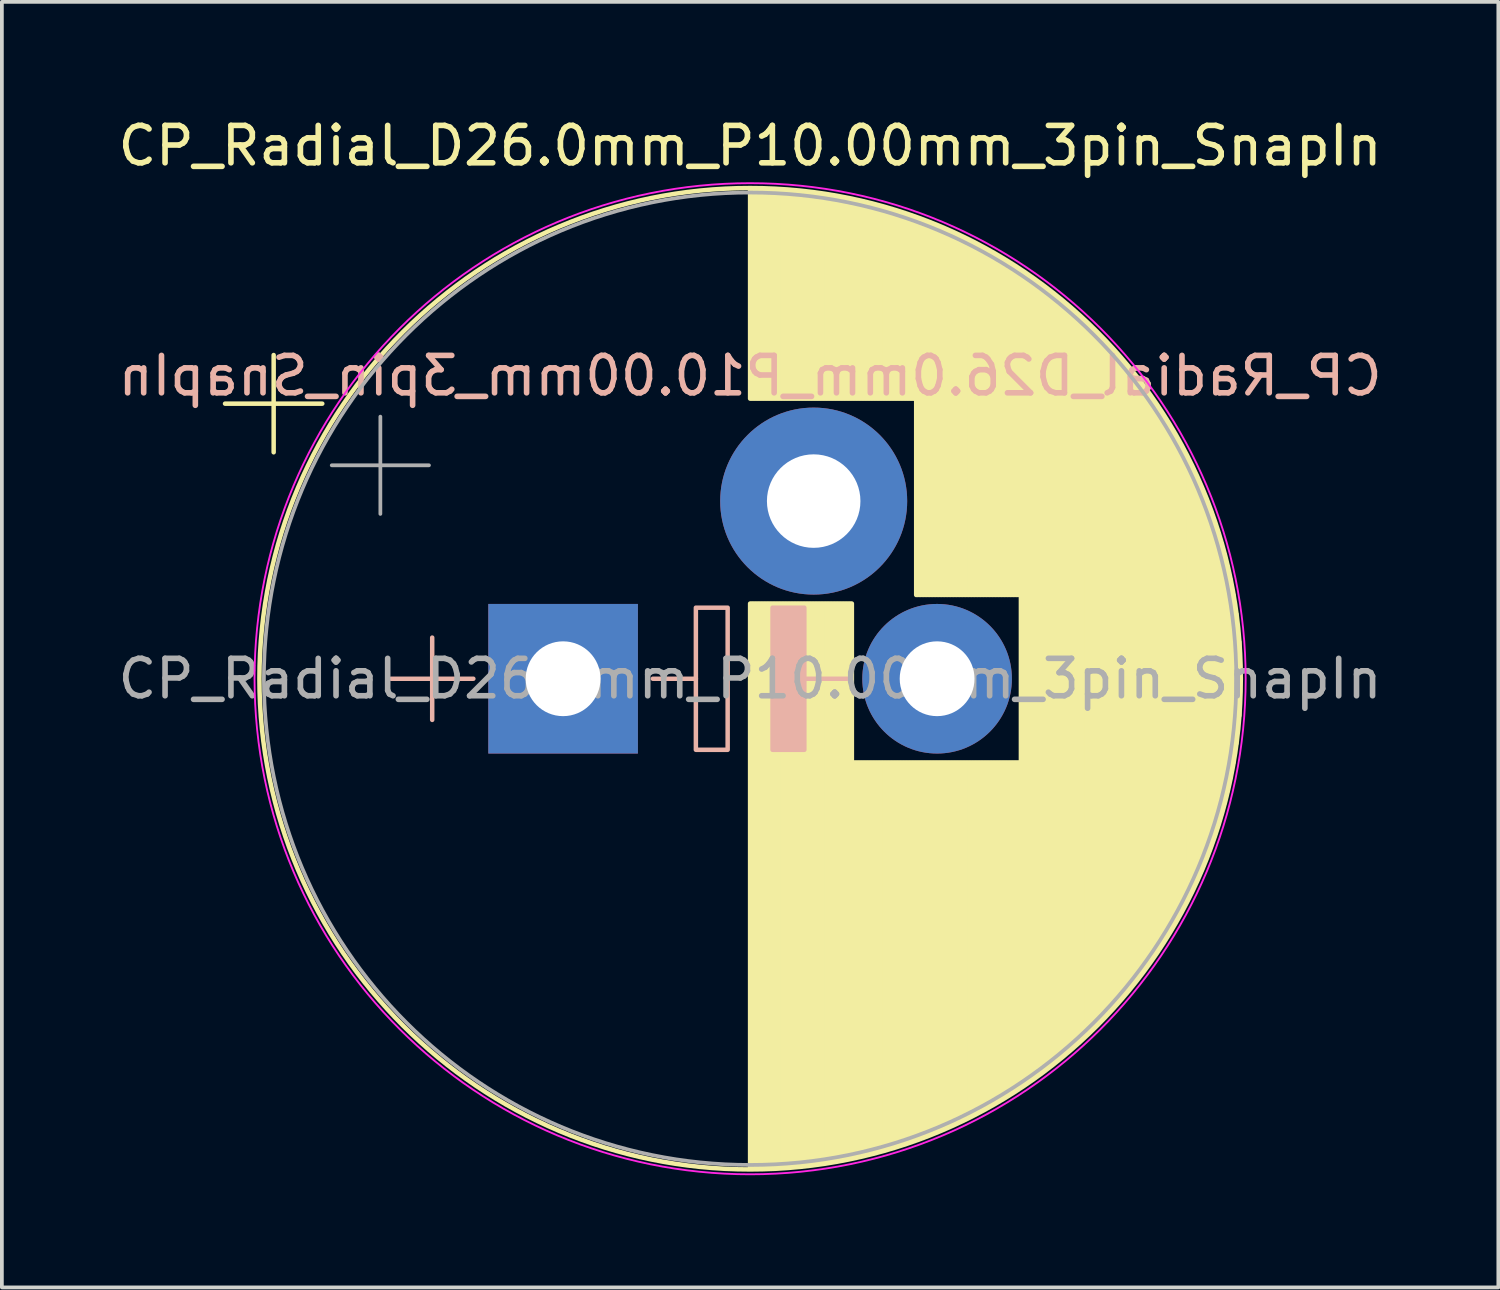
<source format=kicad_pcb>
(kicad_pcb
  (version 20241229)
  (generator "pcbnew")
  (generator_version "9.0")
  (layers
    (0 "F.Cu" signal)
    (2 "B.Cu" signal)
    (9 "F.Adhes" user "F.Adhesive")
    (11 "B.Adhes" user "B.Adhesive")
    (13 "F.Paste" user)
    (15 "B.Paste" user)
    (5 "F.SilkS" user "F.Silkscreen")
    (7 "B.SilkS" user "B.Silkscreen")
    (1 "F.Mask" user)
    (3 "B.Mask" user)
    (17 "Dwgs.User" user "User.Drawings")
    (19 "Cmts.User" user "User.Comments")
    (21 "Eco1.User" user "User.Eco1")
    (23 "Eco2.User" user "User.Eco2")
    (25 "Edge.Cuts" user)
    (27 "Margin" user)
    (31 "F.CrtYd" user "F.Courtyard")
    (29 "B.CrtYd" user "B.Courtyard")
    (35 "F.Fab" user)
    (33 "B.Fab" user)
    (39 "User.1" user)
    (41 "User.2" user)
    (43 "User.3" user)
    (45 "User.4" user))
  (footprint "CP_Radial_D26.0mm_P10.00mm_3pin_SnapIn"
    (layer "F.Cu")
    (at 12.006 15.098)
    (property "Reference" "CP_Radial_D26.0mm_P10.00mm_3pin_SnapIn" (at 5 -14.25 0) (layer "F.SilkS") (effects (font (size 1 1) (thickness 0.15))))
    (fp_line (start -9.039 -7.355) (end -6.439 -7.355) (stroke (width 0.12) (type solid)) (layer "F.SilkS"))
    (fp_line (start -7.739 -8.655) (end -7.739 -6.055) (stroke (width 0.12) (type solid)) (layer "F.SilkS"))
    (fp_line (start 5 -13.081) (end 5 -7.49) (stroke (width 0.12) (type solid)) (layer "F.SilkS"))
    (fp_line (start 5 -2.01) (end 5 13.081) (stroke (width 0.12) (type solid)) (layer "F.SilkS"))
    (fp_line (start 5.04 -13.08) (end 5.04 -7.49) (stroke (width 0.12) (type solid)) (layer "F.SilkS"))
    (fp_line (start 5.04 -2.01) (end 5.04 13.08) (stroke (width 0.12) (type solid)) (layer "F.SilkS"))
    (fp_line (start 5.08 -13.08) (end 5.08 -7.49) (stroke (width 0.12) (type solid)) (layer "F.SilkS"))
    (fp_line (start 5.08 -2.01) (end 5.08 13.08) (stroke (width 0.12) (type solid)) (layer "F.SilkS"))
    (fp_line (start 5.12 -13.08) (end 5.12 -7.49) (stroke (width 0.12) (type solid)) (layer "F.SilkS"))
    (fp_line (start 5.12 -2.01) (end 5.12 13.08) (stroke (width 0.12) (type solid)) (layer "F.SilkS"))
    (fp_line (start 5.16 -13.08) (end 5.16 -7.49) (stroke (width 0.12) (type solid)) (layer "F.SilkS"))
    (fp_line (start 5.16 -2.01) (end 5.16 13.08) (stroke (width 0.12) (type solid)) (layer "F.SilkS"))
    (fp_line (start 5.2 -13.079) (end 5.2 -7.49) (stroke (width 0.12) (type solid)) (layer "F.SilkS"))
    (fp_line (start 5.2 -2.01) (end 5.2 13.079) (stroke (width 0.12) (type solid)) (layer "F.SilkS"))
    (fp_line (start 5.24 -13.078) (end 5.24 -7.49) (stroke (width 0.12) (type solid)) (layer "F.SilkS"))
    (fp_line (start 5.24 -2.01) (end 5.24 13.078) (stroke (width 0.12) (type solid)) (layer "F.SilkS"))
    (fp_line (start 5.28 -13.078) (end 5.28 -7.49) (stroke (width 0.12) (type solid)) (layer "F.SilkS"))
    (fp_line (start 5.28 -2.01) (end 5.28 13.078) (stroke (width 0.12) (type solid)) (layer "F.SilkS"))
    (fp_line (start 5.32 -13.077) (end 5.32 -7.49) (stroke (width 0.12) (type solid)) (layer "F.SilkS"))
    (fp_line (start 5.32 -2.01) (end 5.32 13.077) (stroke (width 0.12) (type solid)) (layer "F.SilkS"))
    (fp_line (start 5.36 -13.076) (end 5.36 -7.49) (stroke (width 0.12) (type solid)) (layer "F.SilkS"))
    (fp_line (start 5.36 -2.01) (end 5.36 13.076) (stroke (width 0.12) (type solid)) (layer "F.SilkS"))
    (fp_line (start 5.4 -13.074) (end 5.4 -7.49) (stroke (width 0.12) (type solid)) (layer "F.SilkS"))
    (fp_line (start 5.4 -2.01) (end 5.4 13.074) (stroke (width 0.12) (type solid)) (layer "F.SilkS"))
    (fp_line (start 5.44 -13.073) (end 5.44 -7.49) (stroke (width 0.12) (type solid)) (layer "F.SilkS"))
    (fp_line (start 5.44 -2.01) (end 5.44 13.073) (stroke (width 0.12) (type solid)) (layer "F.SilkS"))
    (fp_line (start 5.48 -13.072) (end 5.48 -7.49) (stroke (width 0.12) (type solid)) (layer "F.SilkS"))
    (fp_line (start 5.48 -2.01) (end 5.48 13.072) (stroke (width 0.12) (type solid)) (layer "F.SilkS"))
    (fp_line (start 5.52 -13.07) (end 5.52 -7.49) (stroke (width 0.12) (type solid)) (layer "F.SilkS"))
    (fp_line (start 5.52 -2.01) (end 5.52 13.07) (stroke (width 0.12) (type solid)) (layer "F.SilkS"))
    (fp_line (start 5.56 -13.069) (end 5.56 -7.49) (stroke (width 0.12) (type solid)) (layer "F.SilkS"))
    (fp_line (start 5.56 -2.01) (end 5.56 13.069) (stroke (width 0.12) (type solid)) (layer "F.SilkS"))
    (fp_line (start 5.6 -13.067) (end 5.6 -7.49) (stroke (width 0.12) (type solid)) (layer "F.SilkS"))
    (fp_line (start 5.6 -2.01) (end 5.6 13.067) (stroke (width 0.12) (type solid)) (layer "F.SilkS"))
    (fp_line (start 5.64 -13.065) (end 5.64 -7.49) (stroke (width 0.12) (type solid)) (layer "F.SilkS"))
    (fp_line (start 5.64 -2.01) (end 5.64 13.065) (stroke (width 0.12) (type solid)) (layer "F.SilkS"))
    (fp_line (start 5.68 -13.063) (end 5.68 -7.49) (stroke (width 0.12) (type solid)) (layer "F.SilkS"))
    (fp_line (start 5.68 -2.01) (end 5.68 13.063) (stroke (width 0.12) (type solid)) (layer "F.SilkS"))
    (fp_line (start 5.721 -13.061) (end 5.721 -7.49) (stroke (width 0.12) (type solid)) (layer "F.SilkS"))
    (fp_line (start 5.721 -2.01) (end 5.721 13.061) (stroke (width 0.12) (type solid)) (layer "F.SilkS"))
    (fp_line (start 5.761 -13.058) (end 5.761 -7.49) (stroke (width 0.12) (type solid)) (layer "F.SilkS"))
    (fp_line (start 5.761 -2.01) (end 5.761 13.058) (stroke (width 0.12) (type solid)) (layer "F.SilkS"))
    (fp_line (start 5.801 -13.056) (end 5.801 -7.49) (stroke (width 0.12) (type solid)) (layer "F.SilkS"))
    (fp_line (start 5.801 -2.01) (end 5.801 13.056) (stroke (width 0.12) (type solid)) (layer "F.SilkS"))
    (fp_line (start 5.841 -13.054) (end 5.841 -7.49) (stroke (width 0.12) (type solid)) (layer "F.SilkS"))
    (fp_line (start 5.841 -2.01) (end 5.841 13.054) (stroke (width 0.12) (type solid)) (layer "F.SilkS"))
    (fp_line (start 5.881 -13.051) (end 5.881 -7.49) (stroke (width 0.12) (type solid)) (layer "F.SilkS"))
    (fp_line (start 5.881 -2.01) (end 5.881 13.051) (stroke (width 0.12) (type solid)) (layer "F.SilkS"))
    (fp_line (start 5.921 -13.048) (end 5.921 -7.49) (stroke (width 0.12) (type solid)) (layer "F.SilkS"))
    (fp_line (start 5.921 -2.01) (end 5.921 13.048) (stroke (width 0.12) (type solid)) (layer "F.SilkS"))
    (fp_line (start 5.961 -13.045) (end 5.961 -7.49) (stroke (width 0.12) (type solid)) (layer "F.SilkS"))
    (fp_line (start 5.961 -2.01) (end 5.961 13.045) (stroke (width 0.12) (type solid)) (layer "F.SilkS"))
    (fp_line (start 6.001 -13.042) (end 6.001 -7.49) (stroke (width 0.12) (type solid)) (layer "F.SilkS"))
    (fp_line (start 6.001 -2.01) (end 6.001 13.042) (stroke (width 0.12) (type solid)) (layer "F.SilkS"))
    (fp_line (start 6.041 -13.039) (end 6.041 -7.49) (stroke (width 0.12) (type solid)) (layer "F.SilkS"))
    (fp_line (start 6.041 -2.01) (end 6.041 13.039) (stroke (width 0.12) (type solid)) (layer "F.SilkS"))
    (fp_line (start 6.081 -13.036) (end 6.081 -7.49) (stroke (width 0.12) (type solid)) (layer "F.SilkS"))
    (fp_line (start 6.081 -2.01) (end 6.081 13.036) (stroke (width 0.12) (type solid)) (layer "F.SilkS"))
    (fp_line (start 6.121 -13.033) (end 6.121 -7.49) (stroke (width 0.12) (type solid)) (layer "F.SilkS"))
    (fp_line (start 6.121 -2.01) (end 6.121 13.033) (stroke (width 0.12) (type solid)) (layer "F.SilkS"))
    (fp_line (start 6.161 -13.029) (end 6.161 -7.49) (stroke (width 0.12) (type solid)) (layer "F.SilkS"))
    (fp_line (start 6.161 -2.01) (end 6.161 13.029) (stroke (width 0.12) (type solid)) (layer "F.SilkS"))
    (fp_line (start 6.201 -13.026) (end 6.201 -7.49) (stroke (width 0.12) (type solid)) (layer "F.SilkS"))
    (fp_line (start 6.201 -2.01) (end 6.201 13.026) (stroke (width 0.12) (type solid)) (layer "F.SilkS"))
    (fp_line (start 6.241 -13.022) (end 6.241 -7.49) (stroke (width 0.12) (type solid)) (layer "F.SilkS"))
    (fp_line (start 6.241 -2.01) (end 6.241 13.022) (stroke (width 0.12) (type solid)) (layer "F.SilkS"))
    (fp_line (start 6.281 -13.018) (end 6.281 -7.49) (stroke (width 0.12) (type solid)) (layer "F.SilkS"))
    (fp_line (start 6.281 -2.01) (end 6.281 13.018) (stroke (width 0.12) (type solid)) (layer "F.SilkS"))
    (fp_line (start 6.321 -13.014) (end 6.321 -7.49) (stroke (width 0.12) (type solid)) (layer "F.SilkS"))
    (fp_line (start 6.321 -2.01) (end 6.321 13.014) (stroke (width 0.12) (type solid)) (layer "F.SilkS"))
    (fp_line (start 6.361 -13.01) (end 6.361 -7.49) (stroke (width 0.12) (type solid)) (layer "F.SilkS"))
    (fp_line (start 6.361 -2.01) (end 6.361 13.01) (stroke (width 0.12) (type solid)) (layer "F.SilkS"))
    (fp_line (start 6.401 -13.006) (end 6.401 -7.49) (stroke (width 0.12) (type solid)) (layer "F.SilkS"))
    (fp_line (start 6.401 -2.01) (end 6.401 13.006) (stroke (width 0.12) (type solid)) (layer "F.SilkS"))
    (fp_line (start 6.441 -13.001) (end 6.441 -7.49) (stroke (width 0.12) (type solid)) (layer "F.SilkS"))
    (fp_line (start 6.441 -2.01) (end 6.441 13.001) (stroke (width 0.12) (type solid)) (layer "F.SilkS"))
    (fp_line (start 6.481 -12.997) (end 6.481 -7.49) (stroke (width 0.12) (type solid)) (layer "F.SilkS"))
    (fp_line (start 6.481 -2.01) (end 6.481 12.997) (stroke (width 0.12) (type solid)) (layer "F.SilkS"))
    (fp_line (start 6.521 -12.992) (end 6.521 -7.49) (stroke (width 0.12) (type solid)) (layer "F.SilkS"))
    (fp_line (start 6.521 -2.01) (end 6.521 12.992) (stroke (width 0.12) (type solid)) (layer "F.SilkS"))
    (fp_line (start 6.561 -12.987) (end 6.561 -7.49) (stroke (width 0.12) (type solid)) (layer "F.SilkS"))
    (fp_line (start 6.561 -2.01) (end 6.561 12.987) (stroke (width 0.12) (type solid)) (layer "F.SilkS"))
    (fp_line (start 6.601 -12.983) (end 6.601 -7.49) (stroke (width 0.12) (type solid)) (layer "F.SilkS"))
    (fp_line (start 6.601 -2.01) (end 6.601 12.983) (stroke (width 0.12) (type solid)) (layer "F.SilkS"))
    (fp_line (start 6.641 -12.978) (end 6.641 -7.49) (stroke (width 0.12) (type solid)) (layer "F.SilkS"))
    (fp_line (start 6.641 -2.01) (end 6.641 12.978) (stroke (width 0.12) (type solid)) (layer "F.SilkS"))
    (fp_line (start 6.681 -12.972) (end 6.681 -7.49) (stroke (width 0.12) (type solid)) (layer "F.SilkS"))
    (fp_line (start 6.681 -2.01) (end 6.681 12.972) (stroke (width 0.12) (type solid)) (layer "F.SilkS"))
    (fp_line (start 6.721 -12.967) (end 6.721 -7.49) (stroke (width 0.12) (type solid)) (layer "F.SilkS"))
    (fp_line (start 6.721 -2.01) (end 6.721 12.967) (stroke (width 0.12) (type solid)) (layer "F.SilkS"))
    (fp_line (start 6.761 -12.962) (end 6.761 -7.49) (stroke (width 0.12) (type solid)) (layer "F.SilkS"))
    (fp_line (start 6.761 -2.01) (end 6.761 12.962) (stroke (width 0.12) (type solid)) (layer "F.SilkS"))
    (fp_line (start 6.801 -12.956) (end 6.801 -7.49) (stroke (width 0.12) (type solid)) (layer "F.SilkS"))
    (fp_line (start 6.801 -2.01) (end 6.801 12.956) (stroke (width 0.12) (type solid)) (layer "F.SilkS"))
    (fp_line (start 6.841 -12.951) (end 6.841 -7.49) (stroke (width 0.12) (type solid)) (layer "F.SilkS"))
    (fp_line (start 6.841 -2.01) (end 6.841 12.951) (stroke (width 0.12) (type solid)) (layer "F.SilkS"))
    (fp_line (start 6.881 -12.945) (end 6.881 -7.49) (stroke (width 0.12) (type solid)) (layer "F.SilkS"))
    (fp_line (start 6.881 -2.01) (end 6.881 12.945) (stroke (width 0.12) (type solid)) (layer "F.SilkS"))
    (fp_line (start 6.921 -12.939) (end 6.921 -7.49) (stroke (width 0.12) (type solid)) (layer "F.SilkS"))
    (fp_line (start 6.921 -2.01) (end 6.921 12.939) (stroke (width 0.12) (type solid)) (layer "F.SilkS"))
    (fp_line (start 6.961 -12.933) (end 6.961 -7.49) (stroke (width 0.12) (type solid)) (layer "F.SilkS"))
    (fp_line (start 6.961 -2.01) (end 6.961 12.933) (stroke (width 0.12) (type solid)) (layer "F.SilkS"))
    (fp_line (start 7.001 -12.927) (end 7.001 -7.49) (stroke (width 0.12) (type solid)) (layer "F.SilkS"))
    (fp_line (start 7.001 -2.01) (end 7.001 12.927) (stroke (width 0.12) (type solid)) (layer "F.SilkS"))
    (fp_line (start 7.041 -12.921) (end 7.041 -7.49) (stroke (width 0.12) (type solid)) (layer "F.SilkS"))
    (fp_line (start 7.041 -2.01) (end 7.041 12.921) (stroke (width 0.12) (type solid)) (layer "F.SilkS"))
    (fp_line (start 7.081 -12.915) (end 7.081 -7.49) (stroke (width 0.12) (type solid)) (layer "F.SilkS"))
    (fp_line (start 7.081 -2.01) (end 7.081 12.915) (stroke (width 0.12) (type solid)) (layer "F.SilkS"))
    (fp_line (start 7.121 -12.908) (end 7.121 -7.49) (stroke (width 0.12) (type solid)) (layer "F.SilkS"))
    (fp_line (start 7.121 -2.01) (end 7.121 12.908) (stroke (width 0.12) (type solid)) (layer "F.SilkS"))
    (fp_line (start 7.161 -12.901) (end 7.161 -7.49) (stroke (width 0.12) (type solid)) (layer "F.SilkS"))
    (fp_line (start 7.161 -2.01) (end 7.161 12.901) (stroke (width 0.12) (type solid)) (layer "F.SilkS"))
    (fp_line (start 7.201 -12.895) (end 7.201 -7.49) (stroke (width 0.12) (type solid)) (layer "F.SilkS"))
    (fp_line (start 7.201 -2.01) (end 7.201 12.895) (stroke (width 0.12) (type solid)) (layer "F.SilkS"))
    (fp_line (start 7.241 -12.888) (end 7.241 -7.49) (stroke (width 0.12) (type solid)) (layer "F.SilkS"))
    (fp_line (start 7.241 -2.01) (end 7.241 12.888) (stroke (width 0.12) (type solid)) (layer "F.SilkS"))
    (fp_line (start 7.281 -12.881) (end 7.281 -7.49) (stroke (width 0.12) (type solid)) (layer "F.SilkS"))
    (fp_line (start 7.281 -2.01) (end 7.281 12.881) (stroke (width 0.12) (type solid)) (layer "F.SilkS"))
    (fp_line (start 7.321 -12.874) (end 7.321 -7.49) (stroke (width 0.12) (type solid)) (layer "F.SilkS"))
    (fp_line (start 7.321 -2.01) (end 7.321 12.874) (stroke (width 0.12) (type solid)) (layer "F.SilkS"))
    (fp_line (start 7.361 -12.866) (end 7.361 -7.49) (stroke (width 0.12) (type solid)) (layer "F.SilkS"))
    (fp_line (start 7.361 -2.01) (end 7.361 12.866) (stroke (width 0.12) (type solid)) (layer "F.SilkS"))
    (fp_line (start 7.401 -12.859) (end 7.401 -7.49) (stroke (width 0.12) (type solid)) (layer "F.SilkS"))
    (fp_line (start 7.401 -2.01) (end 7.401 12.859) (stroke (width 0.12) (type solid)) (layer "F.SilkS"))
    (fp_line (start 7.441 -12.852) (end 7.441 -7.49) (stroke (width 0.12) (type solid)) (layer "F.SilkS"))
    (fp_line (start 7.441 -2.01) (end 7.441 12.852) (stroke (width 0.12) (type solid)) (layer "F.SilkS"))
    (fp_line (start 7.481 -12.844) (end 7.481 -7.49) (stroke (width 0.12) (type solid)) (layer "F.SilkS"))
    (fp_line (start 7.481 -2.01) (end 7.481 12.844) (stroke (width 0.12) (type solid)) (layer "F.SilkS"))
    (fp_line (start 7.521 -12.836) (end 7.521 -7.49) (stroke (width 0.12) (type solid)) (layer "F.SilkS"))
    (fp_line (start 7.521 -2.01) (end 7.521 12.836) (stroke (width 0.12) (type solid)) (layer "F.SilkS"))
    (fp_line (start 7.561 -12.828) (end 7.561 -7.49) (stroke (width 0.12) (type solid)) (layer "F.SilkS"))
    (fp_line (start 7.561 -2.01) (end 7.561 12.828) (stroke (width 0.12) (type solid)) (layer "F.SilkS"))
    (fp_line (start 7.601 -12.82) (end 7.601 -7.49) (stroke (width 0.12) (type solid)) (layer "F.SilkS"))
    (fp_line (start 7.601 -2.01) (end 7.601 12.82) (stroke (width 0.12) (type solid)) (layer "F.SilkS"))
    (fp_line (start 7.641 -12.812) (end 7.641 -7.49) (stroke (width 0.12) (type solid)) (layer "F.SilkS"))
    (fp_line (start 7.641 -2.01) (end 7.641 12.812) (stroke (width 0.12) (type solid)) (layer "F.SilkS"))
    (fp_line (start 7.681 -12.804) (end 7.681 -7.49) (stroke (width 0.12) (type solid)) (layer "F.SilkS"))
    (fp_line (start 7.681 -2.01) (end 7.681 12.804) (stroke (width 0.12) (type solid)) (layer "F.SilkS"))
    (fp_line (start 7.721 -12.795) (end 7.721 -7.49) (stroke (width 0.12) (type solid)) (layer "F.SilkS"))
    (fp_line (start 7.721 -2.01) (end 7.721 12.795) (stroke (width 0.12) (type solid)) (layer "F.SilkS"))
    (fp_line (start 7.761 -12.787) (end 7.761 -7.49) (stroke (width 0.12) (type solid)) (layer "F.SilkS"))
    (fp_line (start 7.761 2.24) (end 7.761 12.787) (stroke (width 0.12) (type solid)) (layer "F.SilkS"))
    (fp_line (start 7.801 -12.778) (end 7.801 -7.49) (stroke (width 0.12) (type solid)) (layer "F.SilkS"))
    (fp_line (start 7.801 2.24) (end 7.801 12.778) (stroke (width 0.12) (type solid)) (layer "F.SilkS"))
    (fp_line (start 7.841 -12.769) (end 7.841 -7.49) (stroke (width 0.12) (type solid)) (layer "F.SilkS"))
    (fp_line (start 7.841 2.24) (end 7.841 12.769) (stroke (width 0.12) (type solid)) (layer "F.SilkS"))
    (fp_line (start 7.881 -12.761) (end 7.881 -7.49) (stroke (width 0.12) (type solid)) (layer "F.SilkS"))
    (fp_line (start 7.881 2.24) (end 7.881 12.761) (stroke (width 0.12) (type solid)) (layer "F.SilkS"))
    (fp_line (start 7.921 -12.751) (end 7.921 -7.49) (stroke (width 0.12) (type solid)) (layer "F.SilkS"))
    (fp_line (start 7.921 2.24) (end 7.921 12.751) (stroke (width 0.12) (type solid)) (layer "F.SilkS"))
    (fp_line (start 7.961 -12.742) (end 7.961 -7.49) (stroke (width 0.12) (type solid)) (layer "F.SilkS"))
    (fp_line (start 7.961 2.24) (end 7.961 12.742) (stroke (width 0.12) (type solid)) (layer "F.SilkS"))
    (fp_line (start 8.001 -12.733) (end 8.001 -7.49) (stroke (width 0.12) (type solid)) (layer "F.SilkS"))
    (fp_line (start 8.001 2.24) (end 8.001 12.733) (stroke (width 0.12) (type solid)) (layer "F.SilkS"))
    (fp_line (start 8.041 -12.723) (end 8.041 -7.49) (stroke (width 0.12) (type solid)) (layer "F.SilkS"))
    (fp_line (start 8.041 2.24) (end 8.041 12.723) (stroke (width 0.12) (type solid)) (layer "F.SilkS"))
    (fp_line (start 8.081 -12.714) (end 8.081 -7.49) (stroke (width 0.12) (type solid)) (layer "F.SilkS"))
    (fp_line (start 8.081 2.24) (end 8.081 12.714) (stroke (width 0.12) (type solid)) (layer "F.SilkS"))
    (fp_line (start 8.121 -12.704) (end 8.121 -7.49) (stroke (width 0.12) (type solid)) (layer "F.SilkS"))
    (fp_line (start 8.121 2.24) (end 8.121 12.704) (stroke (width 0.12) (type solid)) (layer "F.SilkS"))
    (fp_line (start 8.161 -12.694) (end 8.161 -7.49) (stroke (width 0.12) (type solid)) (layer "F.SilkS"))
    (fp_line (start 8.161 2.24) (end 8.161 12.694) (stroke (width 0.12) (type solid)) (layer "F.SilkS"))
    (fp_line (start 8.201 -12.684) (end 8.201 -7.49) (stroke (width 0.12) (type solid)) (layer "F.SilkS"))
    (fp_line (start 8.201 2.24) (end 8.201 12.684) (stroke (width 0.12) (type solid)) (layer "F.SilkS"))
    (fp_line (start 8.241 -12.674) (end 8.241 -7.49) (stroke (width 0.12) (type solid)) (layer "F.SilkS"))
    (fp_line (start 8.241 2.24) (end 8.241 12.674) (stroke (width 0.12) (type solid)) (layer "F.SilkS"))
    (fp_line (start 8.281 -12.664) (end 8.281 -7.49) (stroke (width 0.12) (type solid)) (layer "F.SilkS"))
    (fp_line (start 8.281 2.24) (end 8.281 12.664) (stroke (width 0.12) (type solid)) (layer "F.SilkS"))
    (fp_line (start 8.321 -12.653) (end 8.321 -7.49) (stroke (width 0.12) (type solid)) (layer "F.SilkS"))
    (fp_line (start 8.321 2.24) (end 8.321 12.653) (stroke (width 0.12) (type solid)) (layer "F.SilkS"))
    (fp_line (start 8.361 -12.643) (end 8.361 -7.49) (stroke (width 0.12) (type solid)) (layer "F.SilkS"))
    (fp_line (start 8.361 2.24) (end 8.361 12.643) (stroke (width 0.12) (type solid)) (layer "F.SilkS"))
    (fp_line (start 8.401 -12.632) (end 8.401 -7.49) (stroke (width 0.12) (type solid)) (layer "F.SilkS"))
    (fp_line (start 8.401 2.24) (end 8.401 12.632) (stroke (width 0.12) (type solid)) (layer "F.SilkS"))
    (fp_line (start 8.441 -12.621) (end 8.441 -7.49) (stroke (width 0.12) (type solid)) (layer "F.SilkS"))
    (fp_line (start 8.441 2.24) (end 8.441 12.621) (stroke (width 0.12) (type solid)) (layer "F.SilkS"))
    (fp_line (start 8.481 -12.611) (end 8.481 -7.49) (stroke (width 0.12) (type solid)) (layer "F.SilkS"))
    (fp_line (start 8.481 2.24) (end 8.481 12.611) (stroke (width 0.12) (type solid)) (layer "F.SilkS"))
    (fp_line (start 8.521 -12.599) (end 8.521 -7.49) (stroke (width 0.12) (type solid)) (layer "F.SilkS"))
    (fp_line (start 8.521 2.24) (end 8.521 12.599) (stroke (width 0.12) (type solid)) (layer "F.SilkS"))
    (fp_line (start 8.561 -12.588) (end 8.561 -7.49) (stroke (width 0.12) (type solid)) (layer "F.SilkS"))
    (fp_line (start 8.561 2.24) (end 8.561 12.588) (stroke (width 0.12) (type solid)) (layer "F.SilkS"))
    (fp_line (start 8.601 -12.577) (end 8.601 -7.49) (stroke (width 0.12) (type solid)) (layer "F.SilkS"))
    (fp_line (start 8.601 2.24) (end 8.601 12.577) (stroke (width 0.12) (type solid)) (layer "F.SilkS"))
    (fp_line (start 8.641 -12.565) (end 8.641 -7.49) (stroke (width 0.12) (type solid)) (layer "F.SilkS"))
    (fp_line (start 8.641 2.24) (end 8.641 12.565) (stroke (width 0.12) (type solid)) (layer "F.SilkS"))
    (fp_line (start 8.681 -12.554) (end 8.681 -7.49) (stroke (width 0.12) (type solid)) (layer "F.SilkS"))
    (fp_line (start 8.681 2.24) (end 8.681 12.554) (stroke (width 0.12) (type solid)) (layer "F.SilkS"))
    (fp_line (start 8.721 -12.542) (end 8.721 -7.49) (stroke (width 0.12) (type solid)) (layer "F.SilkS"))
    (fp_line (start 8.721 2.24) (end 8.721 12.542) (stroke (width 0.12) (type solid)) (layer "F.SilkS"))
    (fp_line (start 8.761 -12.53) (end 8.761 -7.49) (stroke (width 0.12) (type solid)) (layer "F.SilkS"))
    (fp_line (start 8.761 2.24) (end 8.761 12.53) (stroke (width 0.12) (type solid)) (layer "F.SilkS"))
    (fp_line (start 8.801 -12.518) (end 8.801 -7.49) (stroke (width 0.12) (type solid)) (layer "F.SilkS"))
    (fp_line (start 8.801 2.24) (end 8.801 12.518) (stroke (width 0.12) (type solid)) (layer "F.SilkS"))
    (fp_line (start 8.841 -12.506) (end 8.841 -7.49) (stroke (width 0.12) (type solid)) (layer "F.SilkS"))
    (fp_line (start 8.841 2.24) (end 8.841 12.506) (stroke (width 0.12) (type solid)) (layer "F.SilkS"))
    (fp_line (start 8.881 -12.494) (end 8.881 -7.49) (stroke (width 0.12) (type solid)) (layer "F.SilkS"))
    (fp_line (start 8.881 2.24) (end 8.881 12.494) (stroke (width 0.12) (type solid)) (layer "F.SilkS"))
    (fp_line (start 8.921 -12.481) (end 8.921 -7.49) (stroke (width 0.12) (type solid)) (layer "F.SilkS"))
    (fp_line (start 8.921 2.24) (end 8.921 12.481) (stroke (width 0.12) (type solid)) (layer "F.SilkS"))
    (fp_line (start 8.961 -12.469) (end 8.961 -7.49) (stroke (width 0.12) (type solid)) (layer "F.SilkS"))
    (fp_line (start 8.961 2.24) (end 8.961 12.469) (stroke (width 0.12) (type solid)) (layer "F.SilkS"))
    (fp_line (start 9.001 -12.456) (end 9.001 -7.49) (stroke (width 0.12) (type solid)) (layer "F.SilkS"))
    (fp_line (start 9.001 2.24) (end 9.001 12.456) (stroke (width 0.12) (type solid)) (layer "F.SilkS"))
    (fp_line (start 9.041 -12.443) (end 9.041 -7.49) (stroke (width 0.12) (type solid)) (layer "F.SilkS"))
    (fp_line (start 9.041 2.24) (end 9.041 12.443) (stroke (width 0.12) (type solid)) (layer "F.SilkS"))
    (fp_line (start 9.081 -12.43) (end 9.081 -7.49) (stroke (width 0.12) (type solid)) (layer "F.SilkS"))
    (fp_line (start 9.081 2.24) (end 9.081 12.43) (stroke (width 0.12) (type solid)) (layer "F.SilkS"))
    (fp_line (start 9.121 -12.417) (end 9.121 -7.49) (stroke (width 0.12) (type solid)) (layer "F.SilkS"))
    (fp_line (start 9.121 2.24) (end 9.121 12.417) (stroke (width 0.12) (type solid)) (layer "F.SilkS"))
    (fp_line (start 9.161 -12.404) (end 9.161 -7.49) (stroke (width 0.12) (type solid)) (layer "F.SilkS"))
    (fp_line (start 9.161 2.24) (end 9.161 12.404) (stroke (width 0.12) (type solid)) (layer "F.SilkS"))
    (fp_line (start 9.201 -12.39) (end 9.201 -7.49) (stroke (width 0.12) (type solid)) (layer "F.SilkS"))
    (fp_line (start 9.201 2.24) (end 9.201 12.39) (stroke (width 0.12) (type solid)) (layer "F.SilkS"))
    (fp_line (start 9.241 -12.376) (end 9.241 -7.49) (stroke (width 0.12) (type solid)) (layer "F.SilkS"))
    (fp_line (start 9.241 2.24) (end 9.241 12.376) (stroke (width 0.12) (type solid)) (layer "F.SilkS"))
    (fp_line (start 9.281 -12.363) (end 9.281 -7.49) (stroke (width 0.12) (type solid)) (layer "F.SilkS"))
    (fp_line (start 9.281 2.24) (end 9.281 12.363) (stroke (width 0.12) (type solid)) (layer "F.SilkS"))
    (fp_line (start 9.321 -12.349) (end 9.321 -7.49) (stroke (width 0.12) (type solid)) (layer "F.SilkS"))
    (fp_line (start 9.321 2.24) (end 9.321 12.349) (stroke (width 0.12) (type solid)) (layer "F.SilkS"))
    (fp_line (start 9.361 -12.335) (end 9.361 -7.49) (stroke (width 0.12) (type solid)) (layer "F.SilkS"))
    (fp_line (start 9.361 2.24) (end 9.361 12.335) (stroke (width 0.12) (type solid)) (layer "F.SilkS"))
    (fp_line (start 9.401 -12.321) (end 9.401 -7.49) (stroke (width 0.12) (type solid)) (layer "F.SilkS"))
    (fp_line (start 9.401 2.24) (end 9.401 12.321) (stroke (width 0.12) (type solid)) (layer "F.SilkS"))
    (fp_line (start 9.441 -12.306) (end 9.441 -2.24) (stroke (width 0.12) (type solid)) (layer "F.SilkS"))
    (fp_line (start 9.441 2.24) (end 9.441 12.306) (stroke (width 0.12) (type solid)) (layer "F.SilkS"))
    (fp_line (start 9.481 -12.292) (end 9.481 -2.24) (stroke (width 0.12) (type solid)) (layer "F.SilkS"))
    (fp_line (start 9.481 2.24) (end 9.481 12.292) (stroke (width 0.12) (type solid)) (layer "F.SilkS"))
    (fp_line (start 9.521 -12.277) (end 9.521 -2.24) (stroke (width 0.12) (type solid)) (layer "F.SilkS"))
    (fp_line (start 9.521 2.24) (end 9.521 12.277) (stroke (width 0.12) (type solid)) (layer "F.SilkS"))
    (fp_line (start 9.561 -12.263) (end 9.561 -2.24) (stroke (width 0.12) (type solid)) (layer "F.SilkS"))
    (fp_line (start 9.561 2.24) (end 9.561 12.263) (stroke (width 0.12) (type solid)) (layer "F.SilkS"))
    (fp_line (start 9.601 -12.248) (end 9.601 -2.24) (stroke (width 0.12) (type solid)) (layer "F.SilkS"))
    (fp_line (start 9.601 2.24) (end 9.601 12.248) (stroke (width 0.12) (type solid)) (layer "F.SilkS"))
    (fp_line (start 9.641 -12.233) (end 9.641 -2.24) (stroke (width 0.12) (type solid)) (layer "F.SilkS"))
    (fp_line (start 9.641 2.24) (end 9.641 12.233) (stroke (width 0.12) (type solid)) (layer "F.SilkS"))
    (fp_line (start 9.681 -12.217) (end 9.681 -2.24) (stroke (width 0.12) (type solid)) (layer "F.SilkS"))
    (fp_line (start 9.681 2.24) (end 9.681 12.217) (stroke (width 0.12) (type solid)) (layer "F.SilkS"))
    (fp_line (start 9.721 -12.202) (end 9.721 -2.24) (stroke (width 0.12) (type solid)) (layer "F.SilkS"))
    (fp_line (start 9.721 2.24) (end 9.721 12.202) (stroke (width 0.12) (type solid)) (layer "F.SilkS"))
    (fp_line (start 9.761 -12.187) (end 9.761 -2.24) (stroke (width 0.12) (type solid)) (layer "F.SilkS"))
    (fp_line (start 9.761 2.24) (end 9.761 12.187) (stroke (width 0.12) (type solid)) (layer "F.SilkS"))
    (fp_line (start 9.801 -12.171) (end 9.801 -2.24) (stroke (width 0.12) (type solid)) (layer "F.SilkS"))
    (fp_line (start 9.801 2.24) (end 9.801 12.171) (stroke (width 0.12) (type solid)) (layer "F.SilkS"))
    (fp_line (start 9.841 -12.155) (end 9.841 -2.24) (stroke (width 0.12) (type solid)) (layer "F.SilkS"))
    (fp_line (start 9.841 2.24) (end 9.841 12.155) (stroke (width 0.12) (type solid)) (layer "F.SilkS"))
    (fp_line (start 9.881 -12.139) (end 9.881 -2.24) (stroke (width 0.12) (type solid)) (layer "F.SilkS"))
    (fp_line (start 9.881 2.24) (end 9.881 12.139) (stroke (width 0.12) (type solid)) (layer "F.SilkS"))
    (fp_line (start 9.921 -12.123) (end 9.921 -2.24) (stroke (width 0.12) (type solid)) (layer "F.SilkS"))
    (fp_line (start 9.921 2.24) (end 9.921 12.123) (stroke (width 0.12) (type solid)) (layer "F.SilkS"))
    (fp_line (start 9.961 -12.107) (end 9.961 -2.24) (stroke (width 0.12) (type solid)) (layer "F.SilkS"))
    (fp_line (start 9.961 2.24) (end 9.961 12.107) (stroke (width 0.12) (type solid)) (layer "F.SilkS"))
    (fp_line (start 10.001 -12.09) (end 10.001 -2.24) (stroke (width 0.12) (type solid)) (layer "F.SilkS"))
    (fp_line (start 10.001 2.24) (end 10.001 12.09) (stroke (width 0.12) (type solid)) (layer "F.SilkS"))
    (fp_line (start 10.041 -12.074) (end 10.041 -2.24) (stroke (width 0.12) (type solid)) (layer "F.SilkS"))
    (fp_line (start 10.041 2.24) (end 10.041 12.074) (stroke (width 0.12) (type solid)) (layer "F.SilkS"))
    (fp_line (start 10.081 -12.057) (end 10.081 -2.24) (stroke (width 0.12) (type solid)) (layer "F.SilkS"))
    (fp_line (start 10.081 2.24) (end 10.081 12.057) (stroke (width 0.12) (type solid)) (layer "F.SilkS"))
    (fp_line (start 10.121 -12.04) (end 10.121 -2.24) (stroke (width 0.12) (type solid)) (layer "F.SilkS"))
    (fp_line (start 10.121 2.24) (end 10.121 12.04) (stroke (width 0.12) (type solid)) (layer "F.SilkS"))
    (fp_line (start 10.161 -12.023) (end 10.161 -2.24) (stroke (width 0.12) (type solid)) (layer "F.SilkS"))
    (fp_line (start 10.161 2.24) (end 10.161 12.023) (stroke (width 0.12) (type solid)) (layer "F.SilkS"))
    (fp_line (start 10.201 -12.006) (end 10.201 -2.24) (stroke (width 0.12) (type solid)) (layer "F.SilkS"))
    (fp_line (start 10.201 2.24) (end 10.201 12.006) (stroke (width 0.12) (type solid)) (layer "F.SilkS"))
    (fp_line (start 10.241 -11.989) (end 10.241 -2.24) (stroke (width 0.12) (type solid)) (layer "F.SilkS"))
    (fp_line (start 10.241 2.24) (end 10.241 11.989) (stroke (width 0.12) (type solid)) (layer "F.SilkS"))
    (fp_line (start 10.281 -11.971) (end 10.281 -2.24) (stroke (width 0.12) (type solid)) (layer "F.SilkS"))
    (fp_line (start 10.281 2.24) (end 10.281 11.971) (stroke (width 0.12) (type solid)) (layer "F.SilkS"))
    (fp_line (start 10.321 -11.953) (end 10.321 -2.24) (stroke (width 0.12) (type solid)) (layer "F.SilkS"))
    (fp_line (start 10.321 2.24) (end 10.321 11.953) (stroke (width 0.12) (type solid)) (layer "F.SilkS"))
    (fp_line (start 10.361 -11.936) (end 10.361 -2.24) (stroke (width 0.12) (type solid)) (layer "F.SilkS"))
    (fp_line (start 10.361 2.24) (end 10.361 11.936) (stroke (width 0.12) (type solid)) (layer "F.SilkS"))
    (fp_line (start 10.401 -11.918) (end 10.401 -2.24) (stroke (width 0.12) (type solid)) (layer "F.SilkS"))
    (fp_line (start 10.401 2.24) (end 10.401 11.918) (stroke (width 0.12) (type solid)) (layer "F.SilkS"))
    (fp_line (start 10.441 -11.9) (end 10.441 -2.24) (stroke (width 0.12) (type solid)) (layer "F.SilkS"))
    (fp_line (start 10.441 2.24) (end 10.441 11.9) (stroke (width 0.12) (type solid)) (layer "F.SilkS"))
    (fp_line (start 10.481 -11.881) (end 10.481 -2.24) (stroke (width 0.12) (type solid)) (layer "F.SilkS"))
    (fp_line (start 10.481 2.24) (end 10.481 11.881) (stroke (width 0.12) (type solid)) (layer "F.SilkS"))
    (fp_line (start 10.521 -11.863) (end 10.521 -2.24) (stroke (width 0.12) (type solid)) (layer "F.SilkS"))
    (fp_line (start 10.521 2.24) (end 10.521 11.863) (stroke (width 0.12) (type solid)) (layer "F.SilkS"))
    (fp_line (start 10.561 -11.844) (end 10.561 -2.24) (stroke (width 0.12) (type solid)) (layer "F.SilkS"))
    (fp_line (start 10.561 2.24) (end 10.561 11.844) (stroke (width 0.12) (type solid)) (layer "F.SilkS"))
    (fp_line (start 10.601 -11.825) (end 10.601 -2.24) (stroke (width 0.12) (type solid)) (layer "F.SilkS"))
    (fp_line (start 10.601 2.24) (end 10.601 11.825) (stroke (width 0.12) (type solid)) (layer "F.SilkS"))
    (fp_line (start 10.641 -11.806) (end 10.641 -2.24) (stroke (width 0.12) (type solid)) (layer "F.SilkS"))
    (fp_line (start 10.641 2.24) (end 10.641 11.806) (stroke (width 0.12) (type solid)) (layer "F.SilkS"))
    (fp_line (start 10.681 -11.787) (end 10.681 -2.24) (stroke (width 0.12) (type solid)) (layer "F.SilkS"))
    (fp_line (start 10.681 2.24) (end 10.681 11.787) (stroke (width 0.12) (type solid)) (layer "F.SilkS"))
    (fp_line (start 10.721 -11.768) (end 10.721 -2.24) (stroke (width 0.12) (type solid)) (layer "F.SilkS"))
    (fp_line (start 10.721 2.24) (end 10.721 11.768) (stroke (width 0.12) (type solid)) (layer "F.SilkS"))
    (fp_line (start 10.761 -11.748) (end 10.761 -2.24) (stroke (width 0.12) (type solid)) (layer "F.SilkS"))
    (fp_line (start 10.761 2.24) (end 10.761 11.748) (stroke (width 0.12) (type solid)) (layer "F.SilkS"))
    (fp_line (start 10.801 -11.729) (end 10.801 -2.24) (stroke (width 0.12) (type solid)) (layer "F.SilkS"))
    (fp_line (start 10.801 2.24) (end 10.801 11.729) (stroke (width 0.12) (type solid)) (layer "F.SilkS"))
    (fp_line (start 10.841 -11.709) (end 10.841 -2.24) (stroke (width 0.12) (type solid)) (layer "F.SilkS"))
    (fp_line (start 10.841 2.24) (end 10.841 11.709) (stroke (width 0.12) (type solid)) (layer "F.SilkS"))
    (fp_line (start 10.881 -11.689) (end 10.881 -2.24) (stroke (width 0.12) (type solid)) (layer "F.SilkS"))
    (fp_line (start 10.881 2.24) (end 10.881 11.689) (stroke (width 0.12) (type solid)) (layer "F.SilkS"))
    (fp_line (start 10.921 -11.669) (end 10.921 -2.24) (stroke (width 0.12) (type solid)) (layer "F.SilkS"))
    (fp_line (start 10.921 2.24) (end 10.921 11.669) (stroke (width 0.12) (type solid)) (layer "F.SilkS"))
    (fp_line (start 10.961 -11.649) (end 10.961 -2.24) (stroke (width 0.12) (type solid)) (layer "F.SilkS"))
    (fp_line (start 10.961 2.24) (end 10.961 11.649) (stroke (width 0.12) (type solid)) (layer "F.SilkS"))
    (fp_line (start 11.001 -11.628) (end 11.001 -2.24) (stroke (width 0.12) (type solid)) (layer "F.SilkS"))
    (fp_line (start 11.001 2.24) (end 11.001 11.628) (stroke (width 0.12) (type solid)) (layer "F.SilkS"))
    (fp_line (start 11.041 -11.608) (end 11.041 -2.24) (stroke (width 0.12) (type solid)) (layer "F.SilkS"))
    (fp_line (start 11.041 2.24) (end 11.041 11.608) (stroke (width 0.12) (type solid)) (layer "F.SilkS"))
    (fp_line (start 11.081 -11.587) (end 11.081 -2.24) (stroke (width 0.12) (type solid)) (layer "F.SilkS"))
    (fp_line (start 11.081 2.24) (end 11.081 11.587) (stroke (width 0.12) (type solid)) (layer "F.SilkS"))
    (fp_line (start 11.121 -11.566) (end 11.121 -2.24) (stroke (width 0.12) (type solid)) (layer "F.SilkS"))
    (fp_line (start 11.121 2.24) (end 11.121 11.566) (stroke (width 0.12) (type solid)) (layer "F.SilkS"))
    (fp_line (start 11.161 -11.544) (end 11.161 -2.24) (stroke (width 0.12) (type solid)) (layer "F.SilkS"))
    (fp_line (start 11.161 2.24) (end 11.161 11.544) (stroke (width 0.12) (type solid)) (layer "F.SilkS"))
    (fp_line (start 11.201 -11.523) (end 11.201 -2.24) (stroke (width 0.12) (type solid)) (layer "F.SilkS"))
    (fp_line (start 11.201 2.24) (end 11.201 11.523) (stroke (width 0.12) (type solid)) (layer "F.SilkS"))
    (fp_line (start 11.241 -11.502) (end 11.241 -2.24) (stroke (width 0.12) (type solid)) (layer "F.SilkS"))
    (fp_line (start 11.241 2.24) (end 11.241 11.502) (stroke (width 0.12) (type solid)) (layer "F.SilkS"))
    (fp_line (start 11.281 -11.48) (end 11.281 -2.24) (stroke (width 0.12) (type solid)) (layer "F.SilkS"))
    (fp_line (start 11.281 2.24) (end 11.281 11.48) (stroke (width 0.12) (type solid)) (layer "F.SilkS"))
    (fp_line (start 11.321 -11.458) (end 11.321 -2.24) (stroke (width 0.12) (type solid)) (layer "F.SilkS"))
    (fp_line (start 11.321 2.24) (end 11.321 11.458) (stroke (width 0.12) (type solid)) (layer "F.SilkS"))
    (fp_line (start 11.361 -11.436) (end 11.361 -2.24) (stroke (width 0.12) (type solid)) (layer "F.SilkS"))
    (fp_line (start 11.361 2.24) (end 11.361 11.436) (stroke (width 0.12) (type solid)) (layer "F.SilkS"))
    (fp_line (start 11.401 -11.414) (end 11.401 -2.24) (stroke (width 0.12) (type solid)) (layer "F.SilkS"))
    (fp_line (start 11.401 2.24) (end 11.401 11.414) (stroke (width 0.12) (type solid)) (layer "F.SilkS"))
    (fp_line (start 11.441 -11.391) (end 11.441 -2.24) (stroke (width 0.12) (type solid)) (layer "F.SilkS"))
    (fp_line (start 11.441 2.24) (end 11.441 11.391) (stroke (width 0.12) (type solid)) (layer "F.SilkS"))
    (fp_line (start 11.481 -11.369) (end 11.481 -2.24) (stroke (width 0.12) (type solid)) (layer "F.SilkS"))
    (fp_line (start 11.481 2.24) (end 11.481 11.369) (stroke (width 0.12) (type solid)) (layer "F.SilkS"))
    (fp_line (start 11.521 -11.346) (end 11.521 -2.24) (stroke (width 0.12) (type solid)) (layer "F.SilkS"))
    (fp_line (start 11.521 2.24) (end 11.521 11.346) (stroke (width 0.12) (type solid)) (layer "F.SilkS"))
    (fp_line (start 11.561 -11.323) (end 11.561 -2.24) (stroke (width 0.12) (type solid)) (layer "F.SilkS"))
    (fp_line (start 11.561 2.24) (end 11.561 11.323) (stroke (width 0.12) (type solid)) (layer "F.SilkS"))
    (fp_line (start 11.601 -11.3) (end 11.601 -2.24) (stroke (width 0.12) (type solid)) (layer "F.SilkS"))
    (fp_line (start 11.601 2.24) (end 11.601 11.3) (stroke (width 0.12) (type solid)) (layer "F.SilkS"))
    (fp_line (start 11.641 -11.276) (end 11.641 -2.24) (stroke (width 0.12) (type solid)) (layer "F.SilkS"))
    (fp_line (start 11.641 2.24) (end 11.641 11.276) (stroke (width 0.12) (type solid)) (layer "F.SilkS"))
    (fp_line (start 11.681 -11.253) (end 11.681 -2.24) (stroke (width 0.12) (type solid)) (layer "F.SilkS"))
    (fp_line (start 11.681 2.24) (end 11.681 11.253) (stroke (width 0.12) (type solid)) (layer "F.SilkS"))
    (fp_line (start 11.721 -11.229) (end 11.721 -2.24) (stroke (width 0.12) (type solid)) (layer "F.SilkS"))
    (fp_line (start 11.721 2.24) (end 11.721 11.229) (stroke (width 0.12) (type solid)) (layer "F.SilkS"))
    (fp_line (start 11.761 -11.205) (end 11.761 -2.24) (stroke (width 0.12) (type solid)) (layer "F.SilkS"))
    (fp_line (start 11.761 2.24) (end 11.761 11.205) (stroke (width 0.12) (type solid)) (layer "F.SilkS"))
    (fp_line (start 11.801 -11.181) (end 11.801 -2.24) (stroke (width 0.12) (type solid)) (layer "F.SilkS"))
    (fp_line (start 11.801 2.24) (end 11.801 11.181) (stroke (width 0.12) (type solid)) (layer "F.SilkS"))
    (fp_line (start 11.841 -11.156) (end 11.841 -2.24) (stroke (width 0.12) (type solid)) (layer "F.SilkS"))
    (fp_line (start 11.841 2.24) (end 11.841 11.156) (stroke (width 0.12) (type solid)) (layer "F.SilkS"))
    (fp_line (start 11.881 -11.132) (end 11.881 -2.24) (stroke (width 0.12) (type solid)) (layer "F.SilkS"))
    (fp_line (start 11.881 2.24) (end 11.881 11.132) (stroke (width 0.12) (type solid)) (layer "F.SilkS"))
    (fp_line (start 11.921 -11.107) (end 11.921 -2.24) (stroke (width 0.12) (type solid)) (layer "F.SilkS"))
    (fp_line (start 11.921 2.24) (end 11.921 11.107) (stroke (width 0.12) (type solid)) (layer "F.SilkS"))
    (fp_line (start 11.961 -11.082) (end 11.961 -2.24) (stroke (width 0.12) (type solid)) (layer "F.SilkS"))
    (fp_line (start 11.961 2.24) (end 11.961 11.082) (stroke (width 0.12) (type solid)) (layer "F.SilkS"))
    (fp_line (start 12.001 -11.057) (end 12.001 -2.24) (stroke (width 0.12) (type solid)) (layer "F.SilkS"))
    (fp_line (start 12.001 2.24) (end 12.001 11.057) (stroke (width 0.12) (type solid)) (layer "F.SilkS"))
    (fp_line (start 12.041 -11.032) (end 12.041 -2.24) (stroke (width 0.12) (type solid)) (layer "F.SilkS"))
    (fp_line (start 12.041 2.24) (end 12.041 11.032) (stroke (width 0.12) (type solid)) (layer "F.SilkS"))
    (fp_line (start 12.081 -11.006) (end 12.081 -2.24) (stroke (width 0.12) (type solid)) (layer "F.SilkS"))
    (fp_line (start 12.081 2.24) (end 12.081 11.006) (stroke (width 0.12) (type solid)) (layer "F.SilkS"))
    (fp_line (start 12.121 -10.98) (end 12.121 -2.24) (stroke (width 0.12) (type solid)) (layer "F.SilkS"))
    (fp_line (start 12.121 2.24) (end 12.121 10.98) (stroke (width 0.12) (type solid)) (layer "F.SilkS"))
    (fp_line (start 12.161 -10.955) (end 12.161 -2.24) (stroke (width 0.12) (type solid)) (layer "F.SilkS"))
    (fp_line (start 12.161 2.24) (end 12.161 10.955) (stroke (width 0.12) (type solid)) (layer "F.SilkS"))
    (fp_line (start 12.201 -10.928) (end 12.201 -2.24) (stroke (width 0.12) (type solid)) (layer "F.SilkS"))
    (fp_line (start 12.201 2.24) (end 12.201 10.928) (stroke (width 0.12) (type solid)) (layer "F.SilkS"))
    (fp_line (start 12.241 -10.902) (end 12.241 10.902) (stroke (width 0.12) (type solid)) (layer "F.SilkS"))
    (fp_line (start 12.281 -10.875) (end 12.281 10.875) (stroke (width 0.12) (type solid)) (layer "F.SilkS"))
    (fp_line (start 12.321 -10.849) (end 12.321 10.849) (stroke (width 0.12) (type solid)) (layer "F.SilkS"))
    (fp_line (start 12.361 -10.822) (end 12.361 10.822) (stroke (width 0.12) (type solid)) (layer "F.SilkS"))
    (fp_line (start 12.401 -10.794) (end 12.401 10.794) (stroke (width 0.12) (type solid)) (layer "F.SilkS"))
    (fp_line (start 12.441 -10.767) (end 12.441 10.767) (stroke (width 0.12) (type solid)) (layer "F.SilkS"))
    (fp_line (start 12.481 -10.739) (end 12.481 10.739) (stroke (width 0.12) (type solid)) (layer "F.SilkS"))
    (fp_line (start 12.521 -10.711) (end 12.521 10.711) (stroke (width 0.12) (type solid)) (layer "F.SilkS"))
    (fp_line (start 12.561 -10.683) (end 12.561 10.683) (stroke (width 0.12) (type solid)) (layer "F.SilkS"))
    (fp_line (start 12.601 -10.655) (end 12.601 10.655) (stroke (width 0.12) (type solid)) (layer "F.SilkS"))
    (fp_line (start 12.641 -10.627) (end 12.641 10.627) (stroke (width 0.12) (type solid)) (layer "F.SilkS"))
    (fp_line (start 12.681 -10.598) (end 12.681 10.598) (stroke (width 0.12) (type solid)) (layer "F.SilkS"))
    (fp_line (start 12.721 -10.569) (end 12.721 10.569) (stroke (width 0.12) (type solid)) (layer "F.SilkS"))
    (fp_line (start 12.761 -10.54) (end 12.761 10.54) (stroke (width 0.12) (type solid)) (layer "F.SilkS"))
    (fp_line (start 12.801 -10.51) (end 12.801 10.51) (stroke (width 0.12) (type solid)) (layer "F.SilkS"))
    (fp_line (start 12.841 -10.48) (end 12.841 10.48) (stroke (width 0.12) (type solid)) (layer "F.SilkS"))
    (fp_line (start 12.881 -10.45) (end 12.881 10.45) (stroke (width 0.12) (type solid)) (layer "F.SilkS"))
    (fp_line (start 12.921 -10.42) (end 12.921 10.42) (stroke (width 0.12) (type solid)) (layer "F.SilkS"))
    (fp_line (start 12.961 -10.39) (end 12.961 10.39) (stroke (width 0.12) (type solid)) (layer "F.SilkS"))
    (fp_line (start 13.001 -10.359) (end 13.001 10.359) (stroke (width 0.12) (type solid)) (layer "F.SilkS"))
    (fp_line (start 13.041 -10.328) (end 13.041 10.328) (stroke (width 0.12) (type solid)) (layer "F.SilkS"))
    (fp_line (start 13.081 -10.297) (end 13.081 10.297) (stroke (width 0.12) (type solid)) (layer "F.SilkS"))
    (fp_line (start 13.121 -10.266) (end 13.121 10.266) (stroke (width 0.12) (type solid)) (layer "F.SilkS"))
    (fp_line (start 13.161 -10.234) (end 13.161 10.234) (stroke (width 0.12) (type solid)) (layer "F.SilkS"))
    (fp_line (start 13.2 -10.202) (end 13.2 10.202) (stroke (width 0.12) (type solid)) (layer "F.SilkS"))
    (fp_line (start 13.24 -10.17) (end 13.24 10.17) (stroke (width 0.12) (type solid)) (layer "F.SilkS"))
    (fp_line (start 13.28 -10.138) (end 13.28 10.138) (stroke (width 0.12) (type solid)) (layer "F.SilkS"))
    (fp_line (start 13.32 -10.105) (end 13.32 10.105) (stroke (width 0.12) (type solid)) (layer "F.SilkS"))
    (fp_line (start 13.36 -10.072) (end 13.36 10.072) (stroke (width 0.12) (type solid)) (layer "F.SilkS"))
    (fp_line (start 13.4 -10.039) (end 13.4 10.039) (stroke (width 0.12) (type solid)) (layer "F.SilkS"))
    (fp_line (start 13.44 -10.005) (end 13.44 10.005) (stroke (width 0.12) (type solid)) (layer "F.SilkS"))
    (fp_line (start 13.48 -9.972) (end 13.48 9.972) (stroke (width 0.12) (type solid)) (layer "F.SilkS"))
    (fp_line (start 13.52 -9.938) (end 13.52 9.938) (stroke (width 0.12) (type solid)) (layer "F.SilkS"))
    (fp_line (start 13.56 -9.903) (end 13.56 9.903) (stroke (width 0.12) (type solid)) (layer "F.SilkS"))
    (fp_line (start 13.6 -9.869) (end 13.6 9.869) (stroke (width 0.12) (type solid)) (layer "F.SilkS"))
    (fp_line (start 13.64 -9.834) (end 13.64 9.834) (stroke (width 0.12) (type solid)) (layer "F.SilkS"))
    (fp_line (start 13.68 -9.799) (end 13.68 9.799) (stroke (width 0.12) (type solid)) (layer "F.SilkS"))
    (fp_line (start 13.72 -9.763) (end 13.72 9.763) (stroke (width 0.12) (type solid)) (layer "F.SilkS"))
    (fp_line (start 13.76 -9.728) (end 13.76 9.728) (stroke (width 0.12) (type solid)) (layer "F.SilkS"))
    (fp_line (start 13.8 -9.692) (end 13.8 9.692) (stroke (width 0.12) (type solid)) (layer "F.SilkS"))
    (fp_line (start 13.84 -9.655) (end 13.84 9.655) (stroke (width 0.12) (type solid)) (layer "F.SilkS"))
    (fp_line (start 13.88 -9.619) (end 13.88 9.619) (stroke (width 0.12) (type solid)) (layer "F.SilkS"))
    (fp_line (start 13.92 -9.582) (end 13.92 9.582) (stroke (width 0.12) (type solid)) (layer "F.SilkS"))
    (fp_line (start 13.96 -9.544) (end 13.96 9.544) (stroke (width 0.12) (type solid)) (layer "F.SilkS"))
    (fp_line (start 14 -9.507) (end 14 9.507) (stroke (width 0.12) (type solid)) (layer "F.SilkS"))
    (fp_line (start 14.04 -9.469) (end 14.04 9.469) (stroke (width 0.12) (type solid)) (layer "F.SilkS"))
    (fp_line (start 14.08 -9.431) (end 14.08 9.431) (stroke (width 0.12) (type solid)) (layer "F.SilkS"))
    (fp_line (start 14.12 -9.392) (end 14.12 9.392) (stroke (width 0.12) (type solid)) (layer "F.SilkS"))
    (fp_line (start 14.16 -9.354) (end 14.16 9.354) (stroke (width 0.12) (type solid)) (layer "F.SilkS"))
    (fp_line (start 14.2 -9.314) (end 14.2 9.314) (stroke (width 0.12) (type solid)) (layer "F.SilkS"))
    (fp_line (start 14.24 -9.275) (end 14.24 9.275) (stroke (width 0.12) (type solid)) (layer "F.SilkS"))
    (fp_line (start 14.28 -9.235) (end 14.28 9.235) (stroke (width 0.12) (type solid)) (layer "F.SilkS"))
    (fp_line (start 14.32 -9.195) (end 14.32 9.195) (stroke (width 0.12) (type solid)) (layer "F.SilkS"))
    (fp_line (start 14.36 -9.154) (end 14.36 9.154) (stroke (width 0.12) (type solid)) (layer "F.SilkS"))
    (fp_line (start 14.4 -9.113) (end 14.4 9.113) (stroke (width 0.12) (type solid)) (layer "F.SilkS"))
    (fp_line (start 14.44 -9.072) (end 14.44 9.072) (stroke (width 0.12) (type solid)) (layer "F.SilkS"))
    (fp_line (start 14.48 -9.03) (end 14.48 9.03) (stroke (width 0.12) (type solid)) (layer "F.SilkS"))
    (fp_line (start 14.52 -8.988) (end 14.52 8.988) (stroke (width 0.12) (type solid)) (layer "F.SilkS"))
    (fp_line (start 14.56 -8.946) (end 14.56 8.946) (stroke (width 0.12) (type solid)) (layer "F.SilkS"))
    (fp_line (start 14.6 -8.903) (end 14.6 8.903) (stroke (width 0.12) (type solid)) (layer "F.SilkS"))
    (fp_line (start 14.64 -8.86) (end 14.64 8.86) (stroke (width 0.12) (type solid)) (layer "F.SilkS"))
    (fp_line (start 14.68 -8.817) (end 14.68 8.817) (stroke (width 0.12) (type solid)) (layer "F.SilkS"))
    (fp_line (start 14.72 -8.773) (end 14.72 8.773) (stroke (width 0.12) (type solid)) (layer "F.SilkS"))
    (fp_line (start 14.76 -8.728) (end 14.76 8.728) (stroke (width 0.12) (type solid)) (layer "F.SilkS"))
    (fp_line (start 14.8 -8.684) (end 14.8 8.684) (stroke (width 0.12) (type solid)) (layer "F.SilkS"))
    (fp_line (start 14.84 -8.639) (end 14.84 8.639) (stroke (width 0.12) (type solid)) (layer "F.SilkS"))
    (fp_line (start 14.88 -8.593) (end 14.88 8.593) (stroke (width 0.12) (type solid)) (layer "F.SilkS"))
    (fp_line (start 14.92 -8.547) (end 14.92 8.547) (stroke (width 0.12) (type solid)) (layer "F.SilkS"))
    (fp_line (start 14.96 -8.501) (end 14.96 8.501) (stroke (width 0.12) (type solid)) (layer "F.SilkS"))
    (fp_line (start 15 -8.454) (end 15 8.454) (stroke (width 0.12) (type solid)) (layer "F.SilkS"))
    (fp_line (start 15.04 -8.406) (end 15.04 8.406) (stroke (width 0.12) (type solid)) (layer "F.SilkS"))
    (fp_line (start 15.08 -8.359) (end 15.08 8.359) (stroke (width 0.12) (type solid)) (layer "F.SilkS"))
    (fp_line (start 15.12 -8.31) (end 15.12 8.31) (stroke (width 0.12) (type solid)) (layer "F.SilkS"))
    (fp_line (start 15.16 -8.262) (end 15.16 8.262) (stroke (width 0.12) (type solid)) (layer "F.SilkS"))
    (fp_line (start 15.2 -8.212) (end 15.2 8.212) (stroke (width 0.12) (type solid)) (layer "F.SilkS"))
    (fp_line (start 15.24 -8.163) (end 15.24 8.163) (stroke (width 0.12) (type solid)) (layer "F.SilkS"))
    (fp_line (start 15.28 -8.113) (end 15.28 8.113) (stroke (width 0.12) (type solid)) (layer "F.SilkS"))
    (fp_line (start 15.32 -8.062) (end 15.32 8.062) (stroke (width 0.12) (type solid)) (layer "F.SilkS"))
    (fp_line (start 15.36 -8.011) (end 15.36 8.011) (stroke (width 0.12) (type solid)) (layer "F.SilkS"))
    (fp_line (start 15.4 -7.959) (end 15.4 7.959) (stroke (width 0.12) (type solid)) (layer "F.SilkS"))
    (fp_line (start 15.44 -7.907) (end 15.44 7.907) (stroke (width 0.12) (type solid)) (layer "F.SilkS"))
    (fp_line (start 15.48 -7.854) (end 15.48 7.854) (stroke (width 0.12) (type solid)) (layer "F.SilkS"))
    (fp_line (start 15.52 -7.8) (end 15.52 7.8) (stroke (width 0.12) (type solid)) (layer "F.SilkS"))
    (fp_line (start 15.56 -7.746) (end 15.56 7.746) (stroke (width 0.12) (type solid)) (layer "F.SilkS"))
    (fp_line (start 15.6 -7.692) (end 15.6 7.692) (stroke (width 0.12) (type solid)) (layer "F.SilkS"))
    (fp_line (start 15.64 -7.637) (end 15.64 7.637) (stroke (width 0.12) (type solid)) (layer "F.SilkS"))
    (fp_line (start 15.68 -7.581) (end 15.68 7.581) (stroke (width 0.12) (type solid)) (layer "F.SilkS"))
    (fp_line (start 15.72 -7.525) (end 15.72 7.525) (stroke (width 0.12) (type solid)) (layer "F.SilkS"))
    (fp_line (start 15.76 -7.468) (end 15.76 7.468) (stroke (width 0.12) (type solid)) (layer "F.SilkS"))
    (fp_line (start 15.8 -7.41) (end 15.8 7.41) (stroke (width 0.12) (type solid)) (layer "F.SilkS"))
    (fp_line (start 15.84 -7.352) (end 15.84 7.352) (stroke (width 0.12) (type solid)) (layer "F.SilkS"))
    (fp_line (start 15.88 -7.293) (end 15.88 7.293) (stroke (width 0.12) (type solid)) (layer "F.SilkS"))
    (fp_line (start 15.92 -7.233) (end 15.92 7.233) (stroke (width 0.12) (type solid)) (layer "F.SilkS"))
    (fp_line (start 15.96 -7.172) (end 15.96 7.172) (stroke (width 0.12) (type solid)) (layer "F.SilkS"))
    (fp_line (start 16 -7.111) (end 16 7.111) (stroke (width 0.12) (type solid)) (layer "F.SilkS"))
    (fp_line (start 16.04 -7.049) (end 16.04 7.049) (stroke (width 0.12) (type solid)) (layer "F.SilkS"))
    (fp_line (start 16.08 -6.987) (end 16.08 6.987) (stroke (width 0.12) (type solid)) (layer "F.SilkS"))
    (fp_line (start 16.12 -6.923) (end 16.12 6.923) (stroke (width 0.12) (type solid)) (layer "F.SilkS"))
    (fp_line (start 16.16 -6.859) (end 16.16 6.859) (stroke (width 0.12) (type solid)) (layer "F.SilkS"))
    (fp_line (start 16.2 -6.794) (end 16.2 6.794) (stroke (width 0.12) (type solid)) (layer "F.SilkS"))
    (fp_line (start 16.24 -6.728) (end 16.24 6.728) (stroke (width 0.12) (type solid)) (layer "F.SilkS"))
    (fp_line (start 16.28 -6.661) (end 16.28 6.661) (stroke (width 0.12) (type solid)) (layer "F.SilkS"))
    (fp_line (start 16.32 -6.593) (end 16.32 6.593) (stroke (width 0.12) (type solid)) (layer "F.SilkS"))
    (fp_line (start 16.36 -6.524) (end 16.36 6.524) (stroke (width 0.12) (type solid)) (layer "F.SilkS"))
    (fp_line (start 16.4 -6.455) (end 16.4 6.455) (stroke (width 0.12) (type solid)) (layer "F.SilkS"))
    (fp_line (start 16.44 -6.384) (end 16.44 6.384) (stroke (width 0.12) (type solid)) (layer "F.SilkS"))
    (fp_line (start 16.48 -6.312) (end 16.48 6.312) (stroke (width 0.12) (type solid)) (layer "F.SilkS"))
    (fp_line (start 16.52 -6.239) (end 16.52 6.239) (stroke (width 0.12) (type solid)) (layer "F.SilkS"))
    (fp_line (start 16.56 -6.165) (end 16.56 6.165) (stroke (width 0.12) (type solid)) (layer "F.SilkS"))
    (fp_line (start 16.6 -6.09) (end 16.6 6.09) (stroke (width 0.12) (type solid)) (layer "F.SilkS"))
    (fp_line (start 16.64 -6.014) (end 16.64 6.014) (stroke (width 0.12) (type solid)) (layer "F.SilkS"))
    (fp_line (start 16.68 -5.936) (end 16.68 5.936) (stroke (width 0.12) (type solid)) (layer "F.SilkS"))
    (fp_line (start 16.72 -5.858) (end 16.72 5.858) (stroke (width 0.12) (type solid)) (layer "F.SilkS"))
    (fp_line (start 16.76 -5.777) (end 16.76 5.777) (stroke (width 0.12) (type solid)) (layer "F.SilkS"))
    (fp_line (start 16.8 -5.696) (end 16.8 5.696) (stroke (width 0.12) (type solid)) (layer "F.SilkS"))
    (fp_line (start 16.84 -5.613) (end 16.84 5.613) (stroke (width 0.12) (type solid)) (layer "F.SilkS"))
    (fp_line (start 16.88 -5.528) (end 16.88 5.528) (stroke (width 0.12) (type solid)) (layer "F.SilkS"))
    (fp_line (start 16.92 -5.442) (end 16.92 5.442) (stroke (width 0.12) (type solid)) (layer "F.SilkS"))
    (fp_line (start 16.96 -5.354) (end 16.96 5.354) (stroke (width 0.12) (type solid)) (layer "F.SilkS"))
    (fp_line (start 17 -5.265) (end 17 5.265) (stroke (width 0.12) (type solid)) (layer "F.SilkS"))
    (fp_line (start 17.04 -5.173) (end 17.04 5.173) (stroke (width 0.12) (type solid)) (layer "F.SilkS"))
    (fp_line (start 17.08 -5.08) (end 17.08 5.08) (stroke (width 0.12) (type solid)) (layer "F.SilkS"))
    (fp_line (start 17.12 -4.984) (end 17.12 4.984) (stroke (width 0.12) (type solid)) (layer "F.SilkS"))
    (fp_line (start 17.16 -4.887) (end 17.16 4.887) (stroke (width 0.12) (type solid)) (layer "F.SilkS"))
    (fp_line (start 17.2 -4.787) (end 17.2 4.787) (stroke (width 0.12) (type solid)) (layer "F.SilkS"))
    (fp_line (start 17.24 -4.685) (end 17.24 4.685) (stroke (width 0.12) (type solid)) (layer "F.SilkS"))
    (fp_line (start 17.28 -4.58) (end 17.28 4.58) (stroke (width 0.12) (type solid)) (layer "F.SilkS"))
    (fp_line (start 17.32 -4.472) (end 17.32 4.472) (stroke (width 0.12) (type solid)) (layer "F.SilkS"))
    (fp_line (start 17.36 -4.361) (end 17.36 4.361) (stroke (width 0.12) (type solid)) (layer "F.SilkS"))
    (fp_line (start 17.4 -4.247) (end 17.4 4.247) (stroke (width 0.12) (type solid)) (layer "F.SilkS"))
    (fp_line (start 17.44 -4.13) (end 17.44 4.13) (stroke (width 0.12) (type solid)) (layer "F.SilkS"))
    (fp_line (start 17.48 -4.008) (end 17.48 4.008) (stroke (width 0.12) (type solid)) (layer "F.SilkS"))
    (fp_line (start 17.52 -3.883) (end 17.52 3.883) (stroke (width 0.12) (type solid)) (layer "F.SilkS"))
    (fp_line (start 17.56 -3.753) (end 17.56 3.753) (stroke (width 0.12) (type solid)) (layer "F.SilkS"))
    (fp_line (start 17.6 -3.618) (end 17.6 3.618) (stroke (width 0.12) (type solid)) (layer "F.SilkS"))
    (fp_line (start 17.64 -3.477) (end 17.64 3.477) (stroke (width 0.12) (type solid)) (layer "F.SilkS"))
    (fp_line (start 17.68 -3.33) (end 17.68 3.33) (stroke (width 0.12) (type solid)) (layer "F.SilkS"))
    (fp_line (start 17.72 -3.175) (end 17.72 3.175) (stroke (width 0.12) (type solid)) (layer "F.SilkS"))
    (fp_line (start 17.76 -3.013) (end 17.76 3.013) (stroke (width 0.12) (type solid)) (layer "F.SilkS"))
    (fp_line (start 17.8 -2.841) (end 17.8 2.841) (stroke (width 0.12) (type solid)) (layer "F.SilkS"))
    (fp_line (start 17.84 -2.657) (end 17.84 2.657) (stroke (width 0.12) (type solid)) (layer "F.SilkS"))
    (fp_line (start 17.88 -2.458) (end 17.88 2.458) (stroke (width 0.12) (type solid)) (layer "F.SilkS"))
    (fp_line (start 17.92 -2.243) (end 17.92 2.243) (stroke (width 0.12) (type solid)) (layer "F.SilkS"))
    (fp_line (start 17.96 -2.003) (end 17.96 2.003) (stroke (width 0.12) (type solid)) (layer "F.SilkS"))
    (fp_line (start 18 -1.731) (end 18 1.731) (stroke (width 0.12) (type solid)) (layer "F.SilkS"))
    (fp_line (start 18.04 -1.407) (end 18.04 1.407) (stroke (width 0.12) (type solid)) (layer "F.SilkS"))
    (fp_line (start 18.08 -0.984) (end 18.08 0.984) (stroke (width 0.12) (type solid)) (layer "F.SilkS"))
    (fp_line (start 18.12 -0.04) (end 18.12 0.04) (stroke (width 0.12) (type solid)) (layer "F.SilkS"))
    (fp_circle (center 5 0) (end 18.12 0) (stroke (width 0.12) (type solid)) (fill no) (layer "F.SilkS"))
    (fp_line (start -3.5 -1.1) (end -3.5 1.1) (stroke (width 0.12) (type solid)) (layer "B.SilkS"))
    (fp_line (start -2.4 0) (end -4.6 0) (stroke (width 0.12) (type solid)) (layer "B.SilkS"))
    (fp_line (start 3.55 0) (end 2.4 0) (stroke (width 0.12) (type solid)) (layer "B.SilkS"))
    (fp_line (start 7.6 0) (end 6.45 0) (stroke (width 0.12) (type solid)) (layer "B.SilkS"))
    (fp_rect (start 3.55 -1.9) (end 4.4 1.9) (stroke (width 0.12) (type solid)) (fill no) (layer "B.SilkS"))
    (fp_rect (start 5.6 -1.9) (end 6.45 1.9) (stroke (width 0.12) (type solid)) (fill yes) (layer "B.SilkS"))
    (fp_circle (center 5 0) (end 18.25 0) (stroke (width 0.05) (type solid)) (fill no) (layer "F.CrtYd"))
    (fp_line (start -6.186 -5.707) (end -3.586 -5.707) (stroke (width 0.1) (type solid)) (layer "F.Fab"))
    (fp_line (start -4.886 -7.008) (end -4.886 -4.407) (stroke (width 0.1) (type solid)) (layer "F.Fab"))
    (fp_circle (center 5 0) (end 18 0) (stroke (width 0.1) (type solid)) (fill no) (layer "F.Fab"))
    (fp_text user "${REFERENCE}" (at 5 -8.1 0) (layer "B.SilkS") (effects (font (size 1 1) (thickness 0.15)) (justify mirror)))
    (fp_text user "${REFERENCE}" (at 5 0 0) (layer "F.Fab") (effects (font (size 1 1) (thickness 0.15))))
    (pad "1" thru_hole rect (at 0 0) (size 4 4) (drill 2) (layers "*.Cu" "*.Mask"))
    (pad "2" thru_hole circle (at 6.7 -4.75) (size 5 5) (drill 2.5) (layers "*.Cu" "*.Mask"))
    (pad "2" thru_hole circle (at 10 0) (size 4 4) (drill 2) (layers "*.Cu" "*.Mask")))
  (gr_rect
    (start -3 -3)
    (end 37.012 31.373)
    (stroke (width 0.1) (type default))
    (fill no)
    (layer "Edge.Cuts")))
</source>
